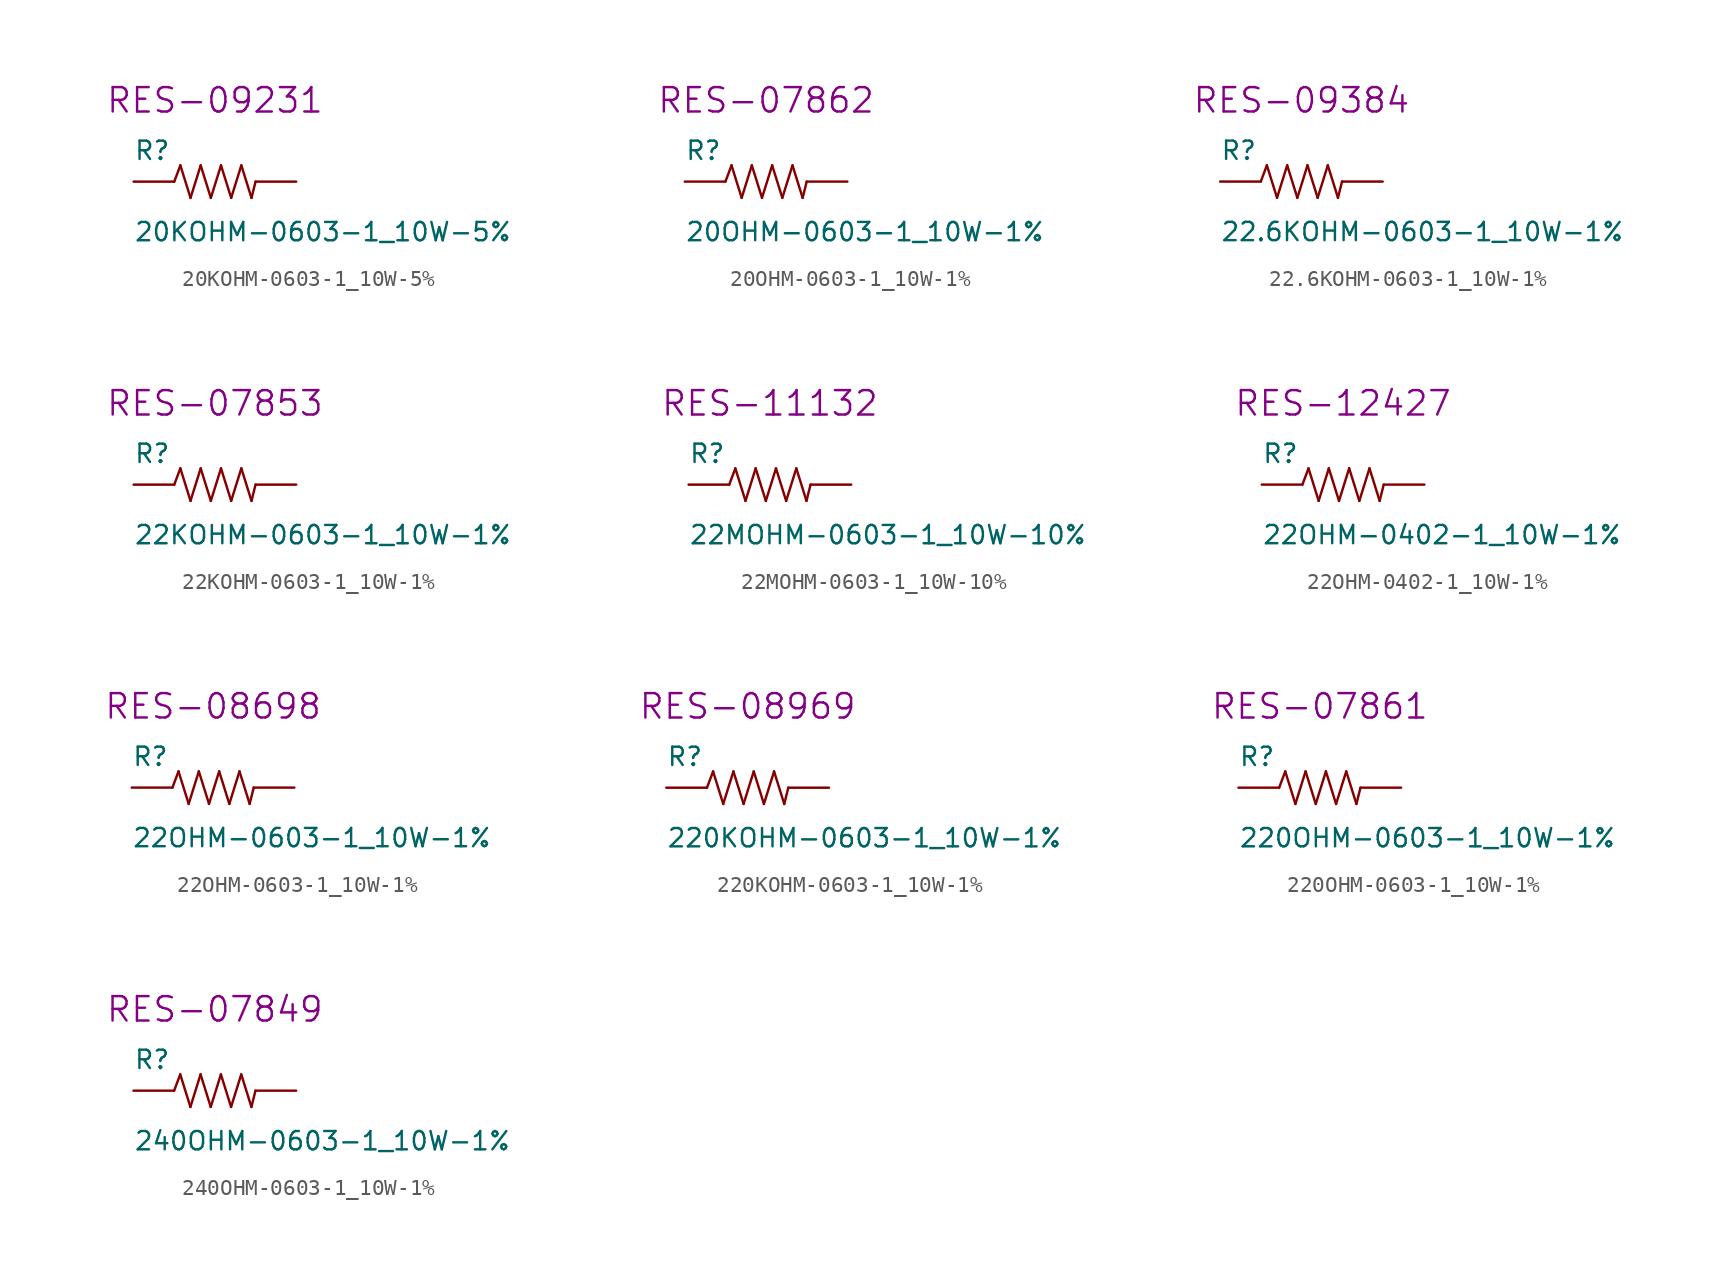
<source format=kicad_sym>
(kicad_symbol_lib
  (version 20211014)
  (generator kicad_symbol_editor)
  (symbol "20KOHM-0603-1_10W-5%"
    (pin_numbers hide)
    (pin_names
      (offset 1.016) hide)
    (property "Reference" "R"
      (at -5.08 1.27 0)
      (effects (font (size 1.143 1.143)) (justify left bottom)))
    (property "Value" "20KOHM-0603-1_10W-5%"
      (at -5.08 -3.81 0)
      (effects (font (size 1.143 1.143)) (justify left bottom)))
    (property "Field4" "RES-09231"
      (at 0 5.08 0)
      (effects (font (size 1.524 1.524))))
    (property "ki_locked" ""
      (at 0 0 0)
      (effects (font (size 1.27 1.27))))
    (symbol "20KOHM-0603-1_10W-5%_1_0"
      (polyline (pts (xy -2.54 0) (xy -2.159 1.016)) (stroke (width 0) (type default) (color 0 0 0 0)) (fill (type none)))
      (polyline (pts (xy -2.159 1.016) (xy -1.524 -1.016)) (stroke (width 0) (type default) (color 0 0 0 0)) (fill (type none)))
      (polyline (pts (xy -1.524 -1.016) (xy -0.889 1.016)) (stroke (width 0) (type default) (color 0 0 0 0)) (fill (type none)))
      (polyline (pts (xy -0.889 1.016) (xy -0.254 -1.016)) (stroke (width 0) (type default) (color 0 0 0 0)) (fill (type none)))
      (polyline (pts (xy -0.254 -1.016) (xy 0.381 1.016)) (stroke (width 0) (type default) (color 0 0 0 0)) (fill (type none)))
      (polyline (pts (xy 0.381 1.016) (xy 1.016 -1.016)) (stroke (width 0) (type default) (color 0 0 0 0)) (fill (type none)))
      (polyline (pts (xy 1.016 -1.016) (xy 1.651 1.016)) (stroke (width 0) (type default) (color 0 0 0 0)) (fill (type none)))
      (polyline (pts (xy 1.651 1.016) (xy 2.286 -1.016)) (stroke (width 0) (type default) (color 0 0 0 0)) (fill (type none)))
      (polyline (pts (xy 2.286 -1.016) (xy 2.54 0)) (stroke (width 0) (type default) (color 0 0 0 0)) (fill (type none))))
    (symbol "20KOHM-0603-1_10W-5%_1_1"
      (pin passive line (at -5.08 0 0) (length 2.54) (name "1" (effects (font (size 1.016 1.016)))) (number "1" (effects (font (size 1.016 1.016)))))
      (pin passive line (at 5.08 0 180) (length 2.54) (name "2" (effects (font (size 1.016 1.016)))) (number "2" (effects (font (size 1.016 1.016)))))))
  (symbol "20OHM-0603-1_10W-1%"
    (pin_numbers hide)
    (pin_names
      (offset 1.016) hide)
    (property "Reference" "R"
      (at -5.08 1.27 0)
      (effects (font (size 1.143 1.143)) (justify left bottom)))
    (property "Value" "20OHM-0603-1_10W-1%"
      (at -5.08 -3.81 0)
      (effects (font (size 1.143 1.143)) (justify left bottom)))
    (property "Field4" "RES-07862"
      (at 0 5.08 0)
      (effects (font (size 1.524 1.524))))
    (property "ki_locked" ""
      (at 0 0 0)
      (effects (font (size 1.27 1.27))))
    (symbol "20OHM-0603-1_10W-1%_1_0"
      (polyline (pts (xy -2.54 0) (xy -2.159 1.016)) (stroke (width 0) (type default) (color 0 0 0 0)) (fill (type none)))
      (polyline (pts (xy -2.159 1.016) (xy -1.524 -1.016)) (stroke (width 0) (type default) (color 0 0 0 0)) (fill (type none)))
      (polyline (pts (xy -1.524 -1.016) (xy -0.889 1.016)) (stroke (width 0) (type default) (color 0 0 0 0)) (fill (type none)))
      (polyline (pts (xy -0.889 1.016) (xy -0.254 -1.016)) (stroke (width 0) (type default) (color 0 0 0 0)) (fill (type none)))
      (polyline (pts (xy -0.254 -1.016) (xy 0.381 1.016)) (stroke (width 0) (type default) (color 0 0 0 0)) (fill (type none)))
      (polyline (pts (xy 0.381 1.016) (xy 1.016 -1.016)) (stroke (width 0) (type default) (color 0 0 0 0)) (fill (type none)))
      (polyline (pts (xy 1.016 -1.016) (xy 1.651 1.016)) (stroke (width 0) (type default) (color 0 0 0 0)) (fill (type none)))
      (polyline (pts (xy 1.651 1.016) (xy 2.286 -1.016)) (stroke (width 0) (type default) (color 0 0 0 0)) (fill (type none)))
      (polyline (pts (xy 2.286 -1.016) (xy 2.54 0)) (stroke (width 0) (type default) (color 0 0 0 0)) (fill (type none))))
    (symbol "20OHM-0603-1_10W-1%_1_1"
      (pin passive line (at -5.08 0 0) (length 2.54) (name "1" (effects (font (size 1.016 1.016)))) (number "1" (effects (font (size 1.016 1.016)))))
      (pin passive line (at 5.08 0 180) (length 2.54) (name "2" (effects (font (size 1.016 1.016)))) (number "2" (effects (font (size 1.016 1.016)))))))
  (symbol "22.6KOHM-0603-1_10W-1%"
    (pin_numbers hide)
    (pin_names
      (offset 1.016) hide)
    (property "Reference" "R"
      (at -5.08 1.27 0)
      (effects (font (size 1.143 1.143)) (justify left bottom)))
    (property "Value" "22.6KOHM-0603-1_10W-1%"
      (at -5.08 -3.81 0)
      (effects (font (size 1.143 1.143)) (justify left bottom)))
    (property "Field4" "RES-09384"
      (at 0 5.08 0)
      (effects (font (size 1.524 1.524))))
    (property "ki_locked" ""
      (at 0 0 0)
      (effects (font (size 1.27 1.27))))
    (symbol "22.6KOHM-0603-1_10W-1%_1_0"
      (polyline (pts (xy -2.54 0) (xy -2.159 1.016)) (stroke (width 0) (type default) (color 0 0 0 0)) (fill (type none)))
      (polyline (pts (xy -2.159 1.016) (xy -1.524 -1.016)) (stroke (width 0) (type default) (color 0 0 0 0)) (fill (type none)))
      (polyline (pts (xy -1.524 -1.016) (xy -0.889 1.016)) (stroke (width 0) (type default) (color 0 0 0 0)) (fill (type none)))
      (polyline (pts (xy -0.889 1.016) (xy -0.254 -1.016)) (stroke (width 0) (type default) (color 0 0 0 0)) (fill (type none)))
      (polyline (pts (xy -0.254 -1.016) (xy 0.381 1.016)) (stroke (width 0) (type default) (color 0 0 0 0)) (fill (type none)))
      (polyline (pts (xy 0.381 1.016) (xy 1.016 -1.016)) (stroke (width 0) (type default) (color 0 0 0 0)) (fill (type none)))
      (polyline (pts (xy 1.016 -1.016) (xy 1.651 1.016)) (stroke (width 0) (type default) (color 0 0 0 0)) (fill (type none)))
      (polyline (pts (xy 1.651 1.016) (xy 2.286 -1.016)) (stroke (width 0) (type default) (color 0 0 0 0)) (fill (type none)))
      (polyline (pts (xy 2.286 -1.016) (xy 2.54 0)) (stroke (width 0) (type default) (color 0 0 0 0)) (fill (type none))))
    (symbol "22.6KOHM-0603-1_10W-1%_1_1"
      (pin passive line (at -5.08 0 0) (length 2.54) (name "1" (effects (font (size 1.016 1.016)))) (number "1" (effects (font (size 1.016 1.016)))))
      (pin passive line (at 5.08 0 180) (length 2.54) (name "2" (effects (font (size 1.016 1.016)))) (number "2" (effects (font (size 1.016 1.016)))))))
  (symbol "22KOHM-0603-1_10W-1%"
    (pin_numbers hide)
    (pin_names
      (offset 1.016) hide)
    (property "Reference" "R"
      (at -5.08 1.27 0)
      (effects (font (size 1.143 1.143)) (justify left bottom)))
    (property "Value" "22KOHM-0603-1_10W-1%"
      (at -5.08 -3.81 0)
      (effects (font (size 1.143 1.143)) (justify left bottom)))
    (property "Field4" "RES-07853"
      (at 0 5.08 0)
      (effects (font (size 1.524 1.524))))
    (property "ki_locked" ""
      (at 0 0 0)
      (effects (font (size 1.27 1.27))))
    (symbol "22KOHM-0603-1_10W-1%_1_0"
      (polyline (pts (xy -2.54 0) (xy -2.159 1.016)) (stroke (width 0) (type default) (color 0 0 0 0)) (fill (type none)))
      (polyline (pts (xy -2.159 1.016) (xy -1.524 -1.016)) (stroke (width 0) (type default) (color 0 0 0 0)) (fill (type none)))
      (polyline (pts (xy -1.524 -1.016) (xy -0.889 1.016)) (stroke (width 0) (type default) (color 0 0 0 0)) (fill (type none)))
      (polyline (pts (xy -0.889 1.016) (xy -0.254 -1.016)) (stroke (width 0) (type default) (color 0 0 0 0)) (fill (type none)))
      (polyline (pts (xy -0.254 -1.016) (xy 0.381 1.016)) (stroke (width 0) (type default) (color 0 0 0 0)) (fill (type none)))
      (polyline (pts (xy 0.381 1.016) (xy 1.016 -1.016)) (stroke (width 0) (type default) (color 0 0 0 0)) (fill (type none)))
      (polyline (pts (xy 1.016 -1.016) (xy 1.651 1.016)) (stroke (width 0) (type default) (color 0 0 0 0)) (fill (type none)))
      (polyline (pts (xy 1.651 1.016) (xy 2.286 -1.016)) (stroke (width 0) (type default) (color 0 0 0 0)) (fill (type none)))
      (polyline (pts (xy 2.286 -1.016) (xy 2.54 0)) (stroke (width 0) (type default) (color 0 0 0 0)) (fill (type none))))
    (symbol "22KOHM-0603-1_10W-1%_1_1"
      (pin passive line (at -5.08 0 0) (length 2.54) (name "1" (effects (font (size 1.016 1.016)))) (number "1" (effects (font (size 1.016 1.016)))))
      (pin passive line (at 5.08 0 180) (length 2.54) (name "2" (effects (font (size 1.016 1.016)))) (number "2" (effects (font (size 1.016 1.016)))))))
  (symbol "22MOHM-0603-1_10W-10%"
    (pin_numbers hide)
    (pin_names
      (offset 1.016) hide)
    (property "Reference" "R"
      (at -5.08 1.27 0)
      (effects (font (size 1.143 1.143)) (justify left bottom)))
    (property "Value" "22MOHM-0603-1_10W-10%"
      (at -5.08 -3.81 0)
      (effects (font (size 1.143 1.143)) (justify left bottom)))
    (property "Field4" "RES-11132"
      (at 0 5.08 0)
      (effects (font (size 1.524 1.524))))
    (property "ki_locked" ""
      (at 0 0 0)
      (effects (font (size 1.27 1.27))))
    (symbol "22MOHM-0603-1_10W-10%_1_0"
      (polyline (pts (xy -2.54 0) (xy -2.159 1.016)) (stroke (width 0) (type default) (color 0 0 0 0)) (fill (type none)))
      (polyline (pts (xy -2.159 1.016) (xy -1.524 -1.016)) (stroke (width 0) (type default) (color 0 0 0 0)) (fill (type none)))
      (polyline (pts (xy -1.524 -1.016) (xy -0.889 1.016)) (stroke (width 0) (type default) (color 0 0 0 0)) (fill (type none)))
      (polyline (pts (xy -0.889 1.016) (xy -0.254 -1.016)) (stroke (width 0) (type default) (color 0 0 0 0)) (fill (type none)))
      (polyline (pts (xy -0.254 -1.016) (xy 0.381 1.016)) (stroke (width 0) (type default) (color 0 0 0 0)) (fill (type none)))
      (polyline (pts (xy 0.381 1.016) (xy 1.016 -1.016)) (stroke (width 0) (type default) (color 0 0 0 0)) (fill (type none)))
      (polyline (pts (xy 1.016 -1.016) (xy 1.651 1.016)) (stroke (width 0) (type default) (color 0 0 0 0)) (fill (type none)))
      (polyline (pts (xy 1.651 1.016) (xy 2.286 -1.016)) (stroke (width 0) (type default) (color 0 0 0 0)) (fill (type none)))
      (polyline (pts (xy 2.286 -1.016) (xy 2.54 0)) (stroke (width 0) (type default) (color 0 0 0 0)) (fill (type none))))
    (symbol "22MOHM-0603-1_10W-10%_1_1"
      (pin passive line (at -5.08 0 0) (length 2.54) (name "1" (effects (font (size 1.016 1.016)))) (number "1" (effects (font (size 1.016 1.016)))))
      (pin passive line (at 5.08 0 180) (length 2.54) (name "2" (effects (font (size 1.016 1.016)))) (number "2" (effects (font (size 1.016 1.016)))))))
  (symbol "22OHM-0402-1_10W-1%"
    (pin_numbers hide)
    (pin_names
      (offset 1.016) hide)
    (property "Reference" "R"
      (at -5.08 1.27 0)
      (effects (font (size 1.143 1.143)) (justify left bottom)))
    (property "Value" "22OHM-0402-1_10W-1%"
      (at -5.08 -3.81 0)
      (effects (font (size 1.143 1.143)) (justify left bottom)))
    (property "Field4" "RES-12427"
      (at 0 5.08 0)
      (effects (font (size 1.524 1.524))))
    (property "ki_locked" ""
      (at 0 0 0)
      (effects (font (size 1.27 1.27))))
    (symbol "22OHM-0402-1_10W-1%_1_0"
      (polyline (pts (xy -2.54 0) (xy -2.159 1.016)) (stroke (width 0) (type default) (color 0 0 0 0)) (fill (type none)))
      (polyline (pts (xy -2.159 1.016) (xy -1.524 -1.016)) (stroke (width 0) (type default) (color 0 0 0 0)) (fill (type none)))
      (polyline (pts (xy -1.524 -1.016) (xy -0.889 1.016)) (stroke (width 0) (type default) (color 0 0 0 0)) (fill (type none)))
      (polyline (pts (xy -0.889 1.016) (xy -0.254 -1.016)) (stroke (width 0) (type default) (color 0 0 0 0)) (fill (type none)))
      (polyline (pts (xy -0.254 -1.016) (xy 0.381 1.016)) (stroke (width 0) (type default) (color 0 0 0 0)) (fill (type none)))
      (polyline (pts (xy 0.381 1.016) (xy 1.016 -1.016)) (stroke (width 0) (type default) (color 0 0 0 0)) (fill (type none)))
      (polyline (pts (xy 1.016 -1.016) (xy 1.651 1.016)) (stroke (width 0) (type default) (color 0 0 0 0)) (fill (type none)))
      (polyline (pts (xy 1.651 1.016) (xy 2.286 -1.016)) (stroke (width 0) (type default) (color 0 0 0 0)) (fill (type none)))
      (polyline (pts (xy 2.286 -1.016) (xy 2.54 0)) (stroke (width 0) (type default) (color 0 0 0 0)) (fill (type none))))
    (symbol "22OHM-0402-1_10W-1%_1_1"
      (pin passive line (at -5.08 0 0) (length 2.54) (name "1" (effects (font (size 1.016 1.016)))) (number "1" (effects (font (size 1.016 1.016)))))
      (pin passive line (at 5.08 0 180) (length 2.54) (name "2" (effects (font (size 1.016 1.016)))) (number "2" (effects (font (size 1.016 1.016)))))))
  (symbol "22OHM-0603-1_10W-1%"
    (pin_numbers hide)
    (pin_names
      (offset 1.016) hide)
    (property "Reference" "R"
      (at -5.08 1.27 0)
      (effects (font (size 1.143 1.143)) (justify left bottom)))
    (property "Value" "22OHM-0603-1_10W-1%"
      (at -5.08 -3.81 0)
      (effects (font (size 1.143 1.143)) (justify left bottom)))
    (property "Field4" "RES-08698"
      (at 0 5.08 0)
      (effects (font (size 1.524 1.524))))
    (property "ki_locked" ""
      (at 0 0 0)
      (effects (font (size 1.27 1.27))))
    (symbol "22OHM-0603-1_10W-1%_1_0"
      (polyline (pts (xy -2.54 0) (xy -2.159 1.016)) (stroke (width 0) (type default) (color 0 0 0 0)) (fill (type none)))
      (polyline (pts (xy -2.159 1.016) (xy -1.524 -1.016)) (stroke (width 0) (type default) (color 0 0 0 0)) (fill (type none)))
      (polyline (pts (xy -1.524 -1.016) (xy -0.889 1.016)) (stroke (width 0) (type default) (color 0 0 0 0)) (fill (type none)))
      (polyline (pts (xy -0.889 1.016) (xy -0.254 -1.016)) (stroke (width 0) (type default) (color 0 0 0 0)) (fill (type none)))
      (polyline (pts (xy -0.254 -1.016) (xy 0.381 1.016)) (stroke (width 0) (type default) (color 0 0 0 0)) (fill (type none)))
      (polyline (pts (xy 0.381 1.016) (xy 1.016 -1.016)) (stroke (width 0) (type default) (color 0 0 0 0)) (fill (type none)))
      (polyline (pts (xy 1.016 -1.016) (xy 1.651 1.016)) (stroke (width 0) (type default) (color 0 0 0 0)) (fill (type none)))
      (polyline (pts (xy 1.651 1.016) (xy 2.286 -1.016)) (stroke (width 0) (type default) (color 0 0 0 0)) (fill (type none)))
      (polyline (pts (xy 2.286 -1.016) (xy 2.54 0)) (stroke (width 0) (type default) (color 0 0 0 0)) (fill (type none))))
    (symbol "22OHM-0603-1_10W-1%_1_1"
      (pin passive line (at -5.08 0 0) (length 2.54) (name "1" (effects (font (size 1.016 1.016)))) (number "1" (effects (font (size 1.016 1.016)))))
      (pin passive line (at 5.08 0 180) (length 2.54) (name "2" (effects (font (size 1.016 1.016)))) (number "2" (effects (font (size 1.016 1.016)))))))
  (symbol "220KOHM-0603-1_10W-1%"
    (pin_numbers hide)
    (pin_names
      (offset 1.016) hide)
    (property "Reference" "R"
      (at -5.08 1.27 0)
      (effects (font (size 1.143 1.143)) (justify left bottom)))
    (property "Value" "220KOHM-0603-1_10W-1%"
      (at -5.08 -3.81 0)
      (effects (font (size 1.143 1.143)) (justify left bottom)))
    (property "Field4" "RES-08969"
      (at 0 5.08 0)
      (effects (font (size 1.524 1.524))))
    (property "ki_locked" ""
      (at 0 0 0)
      (effects (font (size 1.27 1.27))))
    (symbol "220KOHM-0603-1_10W-1%_1_0"
      (polyline (pts (xy -2.54 0) (xy -2.159 1.016)) (stroke (width 0) (type default) (color 0 0 0 0)) (fill (type none)))
      (polyline (pts (xy -2.159 1.016) (xy -1.524 -1.016)) (stroke (width 0) (type default) (color 0 0 0 0)) (fill (type none)))
      (polyline (pts (xy -1.524 -1.016) (xy -0.889 1.016)) (stroke (width 0) (type default) (color 0 0 0 0)) (fill (type none)))
      (polyline (pts (xy -0.889 1.016) (xy -0.254 -1.016)) (stroke (width 0) (type default) (color 0 0 0 0)) (fill (type none)))
      (polyline (pts (xy -0.254 -1.016) (xy 0.381 1.016)) (stroke (width 0) (type default) (color 0 0 0 0)) (fill (type none)))
      (polyline (pts (xy 0.381 1.016) (xy 1.016 -1.016)) (stroke (width 0) (type default) (color 0 0 0 0)) (fill (type none)))
      (polyline (pts (xy 1.016 -1.016) (xy 1.651 1.016)) (stroke (width 0) (type default) (color 0 0 0 0)) (fill (type none)))
      (polyline (pts (xy 1.651 1.016) (xy 2.286 -1.016)) (stroke (width 0) (type default) (color 0 0 0 0)) (fill (type none)))
      (polyline (pts (xy 2.286 -1.016) (xy 2.54 0)) (stroke (width 0) (type default) (color 0 0 0 0)) (fill (type none))))
    (symbol "220KOHM-0603-1_10W-1%_1_1"
      (pin passive line (at -5.08 0 0) (length 2.54) (name "1" (effects (font (size 1.016 1.016)))) (number "1" (effects (font (size 1.016 1.016)))))
      (pin passive line (at 5.08 0 180) (length 2.54) (name "2" (effects (font (size 1.016 1.016)))) (number "2" (effects (font (size 1.016 1.016)))))))
  (symbol "220OHM-0603-1_10W-1%"
    (pin_numbers hide)
    (pin_names
      (offset 1.016) hide)
    (property "Reference" "R"
      (at -5.08 1.27 0)
      (effects (font (size 1.143 1.143)) (justify left bottom)))
    (property "Value" "220OHM-0603-1_10W-1%"
      (at -5.08 -3.81 0)
      (effects (font (size 1.143 1.143)) (justify left bottom)))
    (property "Field4" "RES-07861"
      (at 0 5.08 0)
      (effects (font (size 1.524 1.524))))
    (property "ki_locked" ""
      (at 0 0 0)
      (effects (font (size 1.27 1.27))))
    (symbol "220OHM-0603-1_10W-1%_1_0"
      (polyline (pts (xy -2.54 0) (xy -2.159 1.016)) (stroke (width 0) (type default) (color 0 0 0 0)) (fill (type none)))
      (polyline (pts (xy -2.159 1.016) (xy -1.524 -1.016)) (stroke (width 0) (type default) (color 0 0 0 0)) (fill (type none)))
      (polyline (pts (xy -1.524 -1.016) (xy -0.889 1.016)) (stroke (width 0) (type default) (color 0 0 0 0)) (fill (type none)))
      (polyline (pts (xy -0.889 1.016) (xy -0.254 -1.016)) (stroke (width 0) (type default) (color 0 0 0 0)) (fill (type none)))
      (polyline (pts (xy -0.254 -1.016) (xy 0.381 1.016)) (stroke (width 0) (type default) (color 0 0 0 0)) (fill (type none)))
      (polyline (pts (xy 0.381 1.016) (xy 1.016 -1.016)) (stroke (width 0) (type default) (color 0 0 0 0)) (fill (type none)))
      (polyline (pts (xy 1.016 -1.016) (xy 1.651 1.016)) (stroke (width 0) (type default) (color 0 0 0 0)) (fill (type none)))
      (polyline (pts (xy 1.651 1.016) (xy 2.286 -1.016)) (stroke (width 0) (type default) (color 0 0 0 0)) (fill (type none)))
      (polyline (pts (xy 2.286 -1.016) (xy 2.54 0)) (stroke (width 0) (type default) (color 0 0 0 0)) (fill (type none))))
    (symbol "220OHM-0603-1_10W-1%_1_1"
      (pin passive line (at -5.08 0 0) (length 2.54) (name "1" (effects (font (size 1.016 1.016)))) (number "1" (effects (font (size 1.016 1.016)))))
      (pin passive line (at 5.08 0 180) (length 2.54) (name "2" (effects (font (size 1.016 1.016)))) (number "2" (effects (font (size 1.016 1.016)))))))
  (symbol "240OHM-0603-1_10W-1%"
    (pin_numbers hide)
    (pin_names
      (offset 1.016) hide)
    (property "Reference" "R"
      (at -5.08 1.27 0)
      (effects (font (size 1.143 1.143)) (justify left bottom)))
    (property "Value" "240OHM-0603-1_10W-1%"
      (at -5.08 -3.81 0)
      (effects (font (size 1.143 1.143)) (justify left bottom)))
    (property "Field4" "RES-07849"
      (at 0 5.08 0)
      (effects (font (size 1.524 1.524))))
    (property "ki_locked" ""
      (at 0 0 0)
      (effects (font (size 1.27 1.27))))
    (symbol "240OHM-0603-1_10W-1%_1_0"
      (polyline (pts (xy -2.54 0) (xy -2.159 1.016)) (stroke (width 0) (type default) (color 0 0 0 0)) (fill (type none)))
      (polyline (pts (xy -2.159 1.016) (xy -1.524 -1.016)) (stroke (width 0) (type default) (color 0 0 0 0)) (fill (type none)))
      (polyline (pts (xy -1.524 -1.016) (xy -0.889 1.016)) (stroke (width 0) (type default) (color 0 0 0 0)) (fill (type none)))
      (polyline (pts (xy -0.889 1.016) (xy -0.254 -1.016)) (stroke (width 0) (type default) (color 0 0 0 0)) (fill (type none)))
      (polyline (pts (xy -0.254 -1.016) (xy 0.381 1.016)) (stroke (width 0) (type default) (color 0 0 0 0)) (fill (type none)))
      (polyline (pts (xy 0.381 1.016) (xy 1.016 -1.016)) (stroke (width 0) (type default) (color 0 0 0 0)) (fill (type none)))
      (polyline (pts (xy 1.016 -1.016) (xy 1.651 1.016)) (stroke (width 0) (type default) (color 0 0 0 0)) (fill (type none)))
      (polyline (pts (xy 1.651 1.016) (xy 2.286 -1.016)) (stroke (width 0) (type default) (color 0 0 0 0)) (fill (type none)))
      (polyline (pts (xy 2.286 -1.016) (xy 2.54 0)) (stroke (width 0) (type default) (color 0 0 0 0)) (fill (type none))))
    (symbol "240OHM-0603-1_10W-1%_1_1"
      (pin passive line (at -5.08 0 0) (length 2.54) (name "1" (effects (font (size 1.016 1.016)))) (number "1" (effects (font (size 1.016 1.016)))))
      (pin passive line (at 5.08 0 180) (length 2.54) (name "2" (effects (font (size 1.016 1.016)))) (number "2" (effects (font (size 1.016 1.016))))))))
</source>
